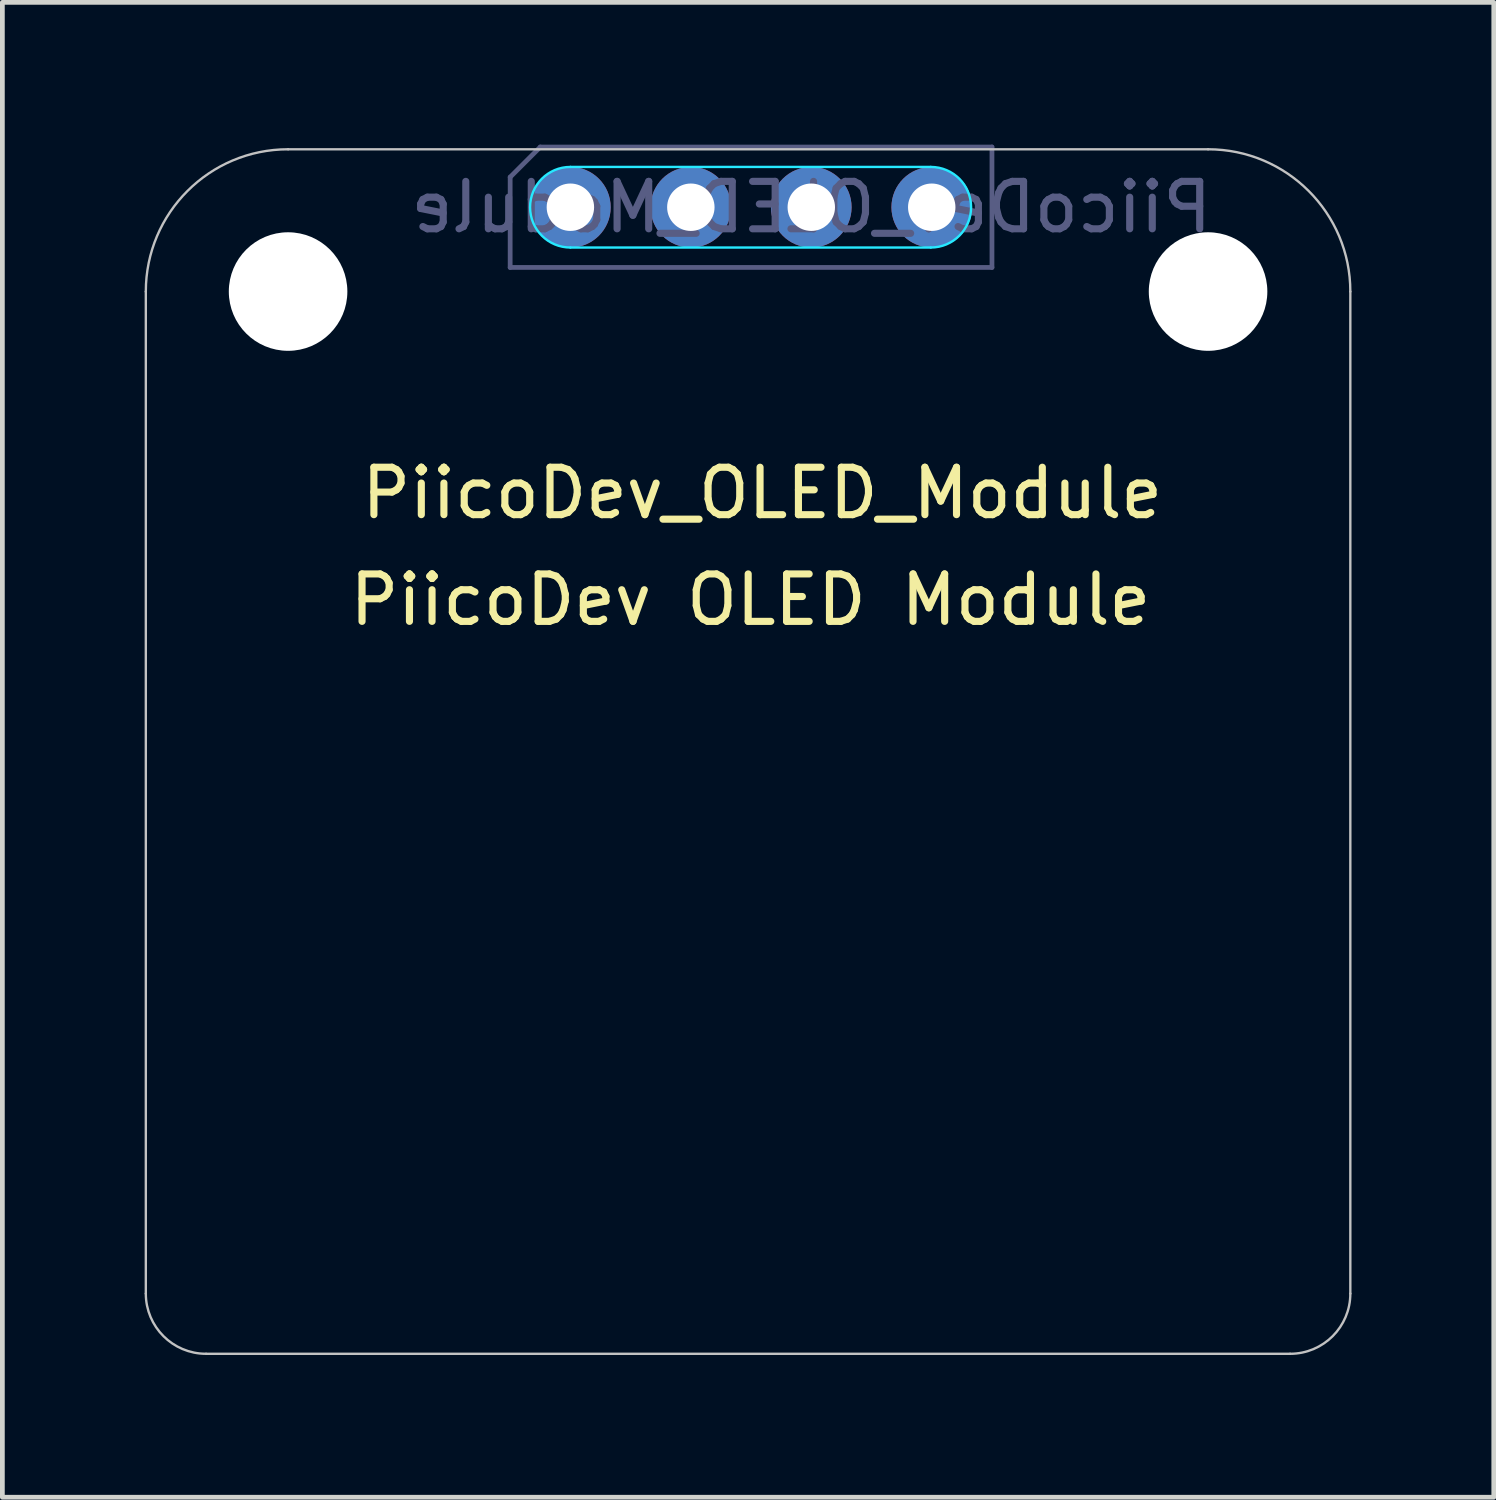
<source format=kicad_pcb>
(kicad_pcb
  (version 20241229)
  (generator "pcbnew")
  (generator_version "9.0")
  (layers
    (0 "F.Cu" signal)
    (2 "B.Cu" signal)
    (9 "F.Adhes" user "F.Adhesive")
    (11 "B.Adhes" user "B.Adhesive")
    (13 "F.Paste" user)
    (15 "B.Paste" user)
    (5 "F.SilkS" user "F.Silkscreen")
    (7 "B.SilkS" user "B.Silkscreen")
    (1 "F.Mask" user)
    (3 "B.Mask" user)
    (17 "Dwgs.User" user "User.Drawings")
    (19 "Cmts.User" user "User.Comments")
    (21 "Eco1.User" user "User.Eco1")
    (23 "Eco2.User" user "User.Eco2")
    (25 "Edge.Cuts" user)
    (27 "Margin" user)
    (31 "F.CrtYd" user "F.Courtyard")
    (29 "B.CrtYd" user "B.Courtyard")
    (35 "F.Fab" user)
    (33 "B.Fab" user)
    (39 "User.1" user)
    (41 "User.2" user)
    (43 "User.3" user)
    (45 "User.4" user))
  (footprint "PiicoDev_OLED_Module"
    (layer "F.Cu")
    (at 3.025 3.098)
    (property "Reference" "PiicoDev_OLED_Module" (at 10 4.25 0) (unlocked yes) (layer "F.SilkS") (effects (font (size 1 1) (thickness 0.15))))
    (attr through_hole)
    (fp_line (start -3 21.13) (end -3 -0.000001) (stroke (width 0.05) (type solid)) (layer "Dwgs.User"))
    (fp_line (start -0.000001 -3) (end 19.4 -3) (stroke (width 0.05) (type solid)) (layer "Dwgs.User"))
    (fp_line (start 21.13 22.4) (end -1.73 22.4) (stroke (width 0.05) (type solid)) (layer "Dwgs.User"))
    (fp_line (start 22.4 -0.000001) (end 22.4 21.13) (stroke (width 0.05) (type solid)) (layer "Dwgs.User"))
    (fp_arc (start -3.000001 -0.000001) (mid -2.121321 -2.121321) (end -0.000001 -3.000001) (stroke (width 0.05) (type solid)) (layer "Dwgs.User"))
    (fp_arc (start -1.730001 22.399999) (mid -2.628027 22.028025) (end -3.000001 21.129999) (stroke (width 0.05) (type solid)) (layer "Dwgs.User"))
    (fp_arc (start 19.399999 -3.000001) (mid 21.521319 -2.121321) (end 22.399999 -0.000001) (stroke (width 0.05) (type solid)) (layer "Dwgs.User"))
    (fp_arc (start 22.399999 21.129999) (mid 22.028025 22.028025) (end 21.129999 22.399999) (stroke (width 0.05) (type solid)) (layer "Dwgs.User"))
    (fp_line (start 5.953 -2.628) (end 13.553 -2.628) (stroke (width 0.05) (type solid)) (layer "B.CrtYd"))
    (fp_line (start 5.953 -0.928) (end 13.553 -0.928) (stroke (width 0.05) (type solid)) (layer "B.CrtYd"))
    (fp_arc (start 5.953 -0.928) (mid 5.103 -1.778) (end 5.953 -2.628) (stroke (width 0.05) (type solid)) (layer "B.CrtYd"))
    (fp_arc (start 13.553 -2.628) (mid 14.403 -1.778) (end 13.553 -0.928) (stroke (width 0.05) (type solid)) (layer "B.CrtYd"))
    (fp_line (start 4.683 -2.413) (end 4.683 -0.508) (stroke (width 0.1) (type solid)) (layer "B.Fab"))
    (fp_line (start 4.683 -0.508) (end 14.843 -0.508) (stroke (width 0.1) (type solid)) (layer "B.Fab"))
    (fp_line (start 5.318 -3.048) (end 4.683 -2.413) (stroke (width 0.1) (type solid)) (layer "B.Fab"))
    (fp_line (start 14.843 -3.048) (end 5.318 -3.048) (stroke (width 0.1) (type solid)) (layer "B.Fab"))
    (fp_line (start 14.843 -0.508) (end 14.843 -3.048) (stroke (width 0.1) (type solid)) (layer "B.Fab"))
    (fp_text user "PiicoDev OLED Module" (at 9.75 6.5 0) (unlocked yes) (layer "F.SilkS") (effects (font (size 1 1) (thickness 0.15))))
    (fp_text user "${REFERENCE}" (at 11.033 -1.778 180) (layer "B.Fab") (effects (font (size 1 1) (thickness 0.15)) (justify mirror)))
    (pad "" np_thru_hole circle (at 0 0) (size 2.5 2.5) (drill 2.5) (layers "*.Cu" "*.Mask"))
    (pad "" np_thru_hole circle (at 19.4 0 270) (size 2.5 2.5) (drill 2.5) (layers "*.Cu" "*.Mask"))
    (pad "1" thru_hole circle (at 5.953 -1.778 270) (size 1.7 1.7) (drill 1) (layers "*.Cu" "*.Mask"))
    (pad "2" thru_hole oval (at 8.493 -1.778 270) (size 1.7 1.7) (drill 1) (layers "*.Cu" "*.Mask"))
    (pad "3" thru_hole oval (at 11.033 -1.778 270) (size 1.7 1.7) (drill 1) (layers "*.Cu" "*.Mask"))
    (pad "4" thru_hole oval (at 13.573 -1.778 270) (size 1.7 1.7) (drill 1) (layers "*.Cu" "*.Mask")))
  (gr_rect
    (start -3 -3)
    (end 28.45 28.523)
    (stroke (width 0.1) (type default))
    (fill no)
    (layer "Edge.Cuts")))
</source>
